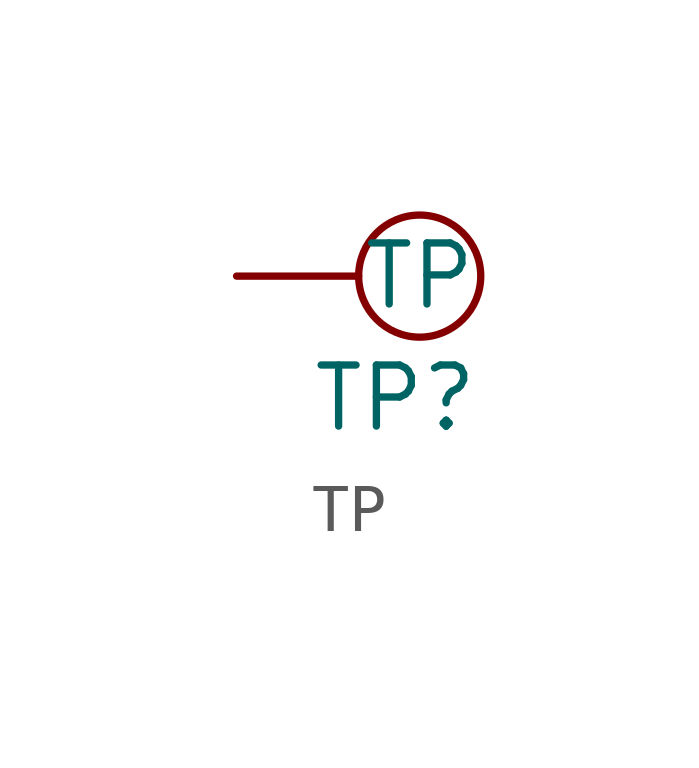
<source format=kicad_sym>
(kicad_symbol_lib
  (version 20211014)
  (generator kicad_symbol_editor)
  (symbol "TP"
    (pin_numbers hide)
    (pin_names
      (offset 0))
    (property "Reference" "TP"
      (at -0.508 -2.54 0)
      (effects (font (size 1.27 1.27))))
    (property "Value" "TP"
      (at 0 0 0)
      (effects (font (size 1.27 1.27))))
    (symbol "TP_0_1"
      (circle (center 0 0) (radius 1.27) (stroke (width 0) (type default) (color 0 0 0 0)) (fill (type none))))
    (symbol "TP_1_1"
      (pin passive line (at -3.81 0 0) (length 2.54) (name "~" (effects (font (size 1.524 1.524)))) (number "1" (effects (font (size 1.524 1.524))))))))
</source>
